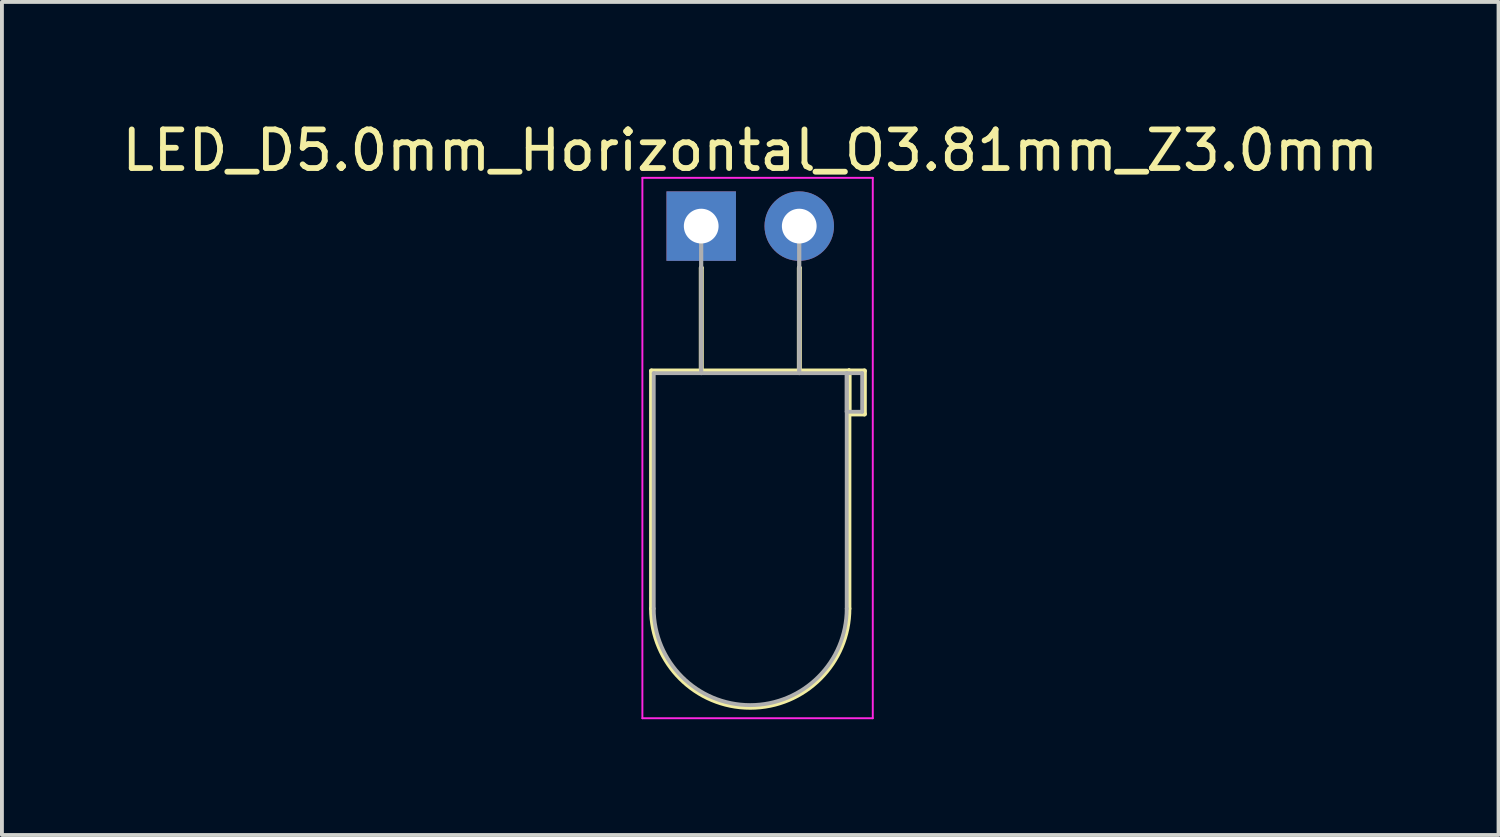
<source format=kicad_pcb>
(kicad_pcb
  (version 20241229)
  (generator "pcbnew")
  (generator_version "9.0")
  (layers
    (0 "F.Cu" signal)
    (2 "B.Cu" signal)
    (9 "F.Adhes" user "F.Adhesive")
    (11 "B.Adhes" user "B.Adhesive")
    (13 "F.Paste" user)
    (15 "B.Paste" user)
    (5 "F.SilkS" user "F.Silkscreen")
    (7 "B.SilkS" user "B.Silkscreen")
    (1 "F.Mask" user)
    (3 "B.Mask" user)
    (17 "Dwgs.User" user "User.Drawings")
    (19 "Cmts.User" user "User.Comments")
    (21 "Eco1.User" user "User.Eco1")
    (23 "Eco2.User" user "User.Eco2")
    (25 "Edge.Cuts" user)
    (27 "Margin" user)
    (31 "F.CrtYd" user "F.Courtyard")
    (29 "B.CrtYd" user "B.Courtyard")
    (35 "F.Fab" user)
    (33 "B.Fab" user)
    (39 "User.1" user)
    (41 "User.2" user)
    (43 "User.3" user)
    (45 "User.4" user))
  (footprint "LED_D5.0mm_Horizontal_O3.81mm_Z3.0mm"
    (layer "F.Cu")
    (at 15.117 2.808)
    (property "Reference" "LED_D5.0mm_Horizontal_O3.81mm_Z3.0mm" (at 1.27 -1.96 0) (layer "F.SilkS") (effects (font (size 1 1) (thickness 0.15))))
    (attr through_hole)
    (fp_line (start -1.29 3.75) (end -1.29 9.91) (stroke (width 0.12) (type solid)) (layer "F.SilkS"))
    (fp_line (start -1.29 3.75) (end 3.83 3.75) (stroke (width 0.12) (type solid)) (layer "F.SilkS"))
    (fp_line (start 0 1.08) (end 0 1.08) (stroke (width 0.12) (type solid)) (layer "F.SilkS"))
    (fp_line (start 0 1.08) (end 0 3.75) (stroke (width 0.12) (type solid)) (layer "F.SilkS"))
    (fp_line (start 0 3.75) (end 0 1.08) (stroke (width 0.12) (type solid)) (layer "F.SilkS"))
    (fp_line (start 0 3.75) (end 0 3.75) (stroke (width 0.12) (type solid)) (layer "F.SilkS"))
    (fp_line (start 2.54 1.08) (end 2.54 1.08) (stroke (width 0.12) (type solid)) (layer "F.SilkS"))
    (fp_line (start 2.54 1.08) (end 2.54 3.75) (stroke (width 0.12) (type solid)) (layer "F.SilkS"))
    (fp_line (start 2.54 3.75) (end 2.54 1.08) (stroke (width 0.12) (type solid)) (layer "F.SilkS"))
    (fp_line (start 2.54 3.75) (end 2.54 3.75) (stroke (width 0.12) (type solid)) (layer "F.SilkS"))
    (fp_line (start 3.83 3.75) (end 3.83 9.91) (stroke (width 0.12) (type solid)) (layer "F.SilkS"))
    (fp_line (start 3.83 3.75) (end 4.23 3.75) (stroke (width 0.12) (type solid)) (layer "F.SilkS"))
    (fp_line (start 3.83 4.87) (end 3.83 3.75) (stroke (width 0.12) (type solid)) (layer "F.SilkS"))
    (fp_line (start 4.23 3.75) (end 4.23 4.87) (stroke (width 0.12) (type solid)) (layer "F.SilkS"))
    (fp_line (start 4.23 4.87) (end 3.83 4.87) (stroke (width 0.12) (type solid)) (layer "F.SilkS"))
    (fp_arc (start 3.83 9.91) (mid 1.27 12.47) (end -1.29 9.91) (stroke (width 0.12) (type solid)) (layer "F.SilkS"))
    (fp_line (start -1.524 -1.25) (end -1.524 12.75) (stroke (width 0.05) (type solid)) (layer "F.CrtYd"))
    (fp_line (start -1.524 12.75) (end 4.445 12.75) (stroke (width 0.05) (type solid)) (layer "F.CrtYd"))
    (fp_line (start 4.445 -1.25) (end -1.524 -1.25) (stroke (width 0.05) (type solid)) (layer "F.CrtYd"))
    (fp_line (start 4.445 12.75) (end 4.445 -1.25) (stroke (width 0.05) (type solid)) (layer "F.CrtYd"))
    (fp_line (start -1.23 3.81) (end -1.23 9.91) (stroke (width 0.1) (type solid)) (layer "F.Fab"))
    (fp_line (start -1.23 3.81) (end 3.77 3.81) (stroke (width 0.1) (type solid)) (layer "F.Fab"))
    (fp_line (start 0 0) (end 0 0) (stroke (width 0.1) (type solid)) (layer "F.Fab"))
    (fp_line (start 0 0) (end 0 3.81) (stroke (width 0.1) (type solid)) (layer "F.Fab"))
    (fp_line (start 0 3.81) (end 0 0) (stroke (width 0.1) (type solid)) (layer "F.Fab"))
    (fp_line (start 0 3.81) (end 0 3.81) (stroke (width 0.1) (type solid)) (layer "F.Fab"))
    (fp_line (start 2.54 0) (end 2.54 0) (stroke (width 0.1) (type solid)) (layer "F.Fab"))
    (fp_line (start 2.54 0) (end 2.54 3.81) (stroke (width 0.1) (type solid)) (layer "F.Fab"))
    (fp_line (start 2.54 3.81) (end 2.54 0) (stroke (width 0.1) (type solid)) (layer "F.Fab"))
    (fp_line (start 2.54 3.81) (end 2.54 3.81) (stroke (width 0.1) (type solid)) (layer "F.Fab"))
    (fp_line (start 3.77 3.81) (end 3.77 9.91) (stroke (width 0.1) (type solid)) (layer "F.Fab"))
    (fp_line (start 3.77 3.81) (end 4.17 3.81) (stroke (width 0.1) (type solid)) (layer "F.Fab"))
    (fp_line (start 3.77 4.81) (end 3.77 3.81) (stroke (width 0.1) (type solid)) (layer "F.Fab"))
    (fp_line (start 4.17 3.81) (end 4.17 4.81) (stroke (width 0.1) (type solid)) (layer "F.Fab"))
    (fp_line (start 4.17 4.81) (end 3.77 4.81) (stroke (width 0.1) (type solid)) (layer "F.Fab"))
    (fp_arc (start 3.77 9.91) (mid 1.27 12.41) (end -1.23 9.91) (stroke (width 0.1) (type solid)) (layer "F.Fab"))
    (pad "1" thru_hole rect (at 0 0) (size 1.8 1.8) (drill 0.9) (layers "*.Cu" "*.Mask"))
    (pad "2" thru_hole circle (at 2.54 0) (size 1.8 1.8) (drill 0.9) (layers "*.Cu" "*.Mask")))
  (gr_rect
    (start -3 -3)
    (end 35.774 18.583)
    (stroke (width 0.1) (type default))
    (fill no)
    (layer "Edge.Cuts")))
</source>
